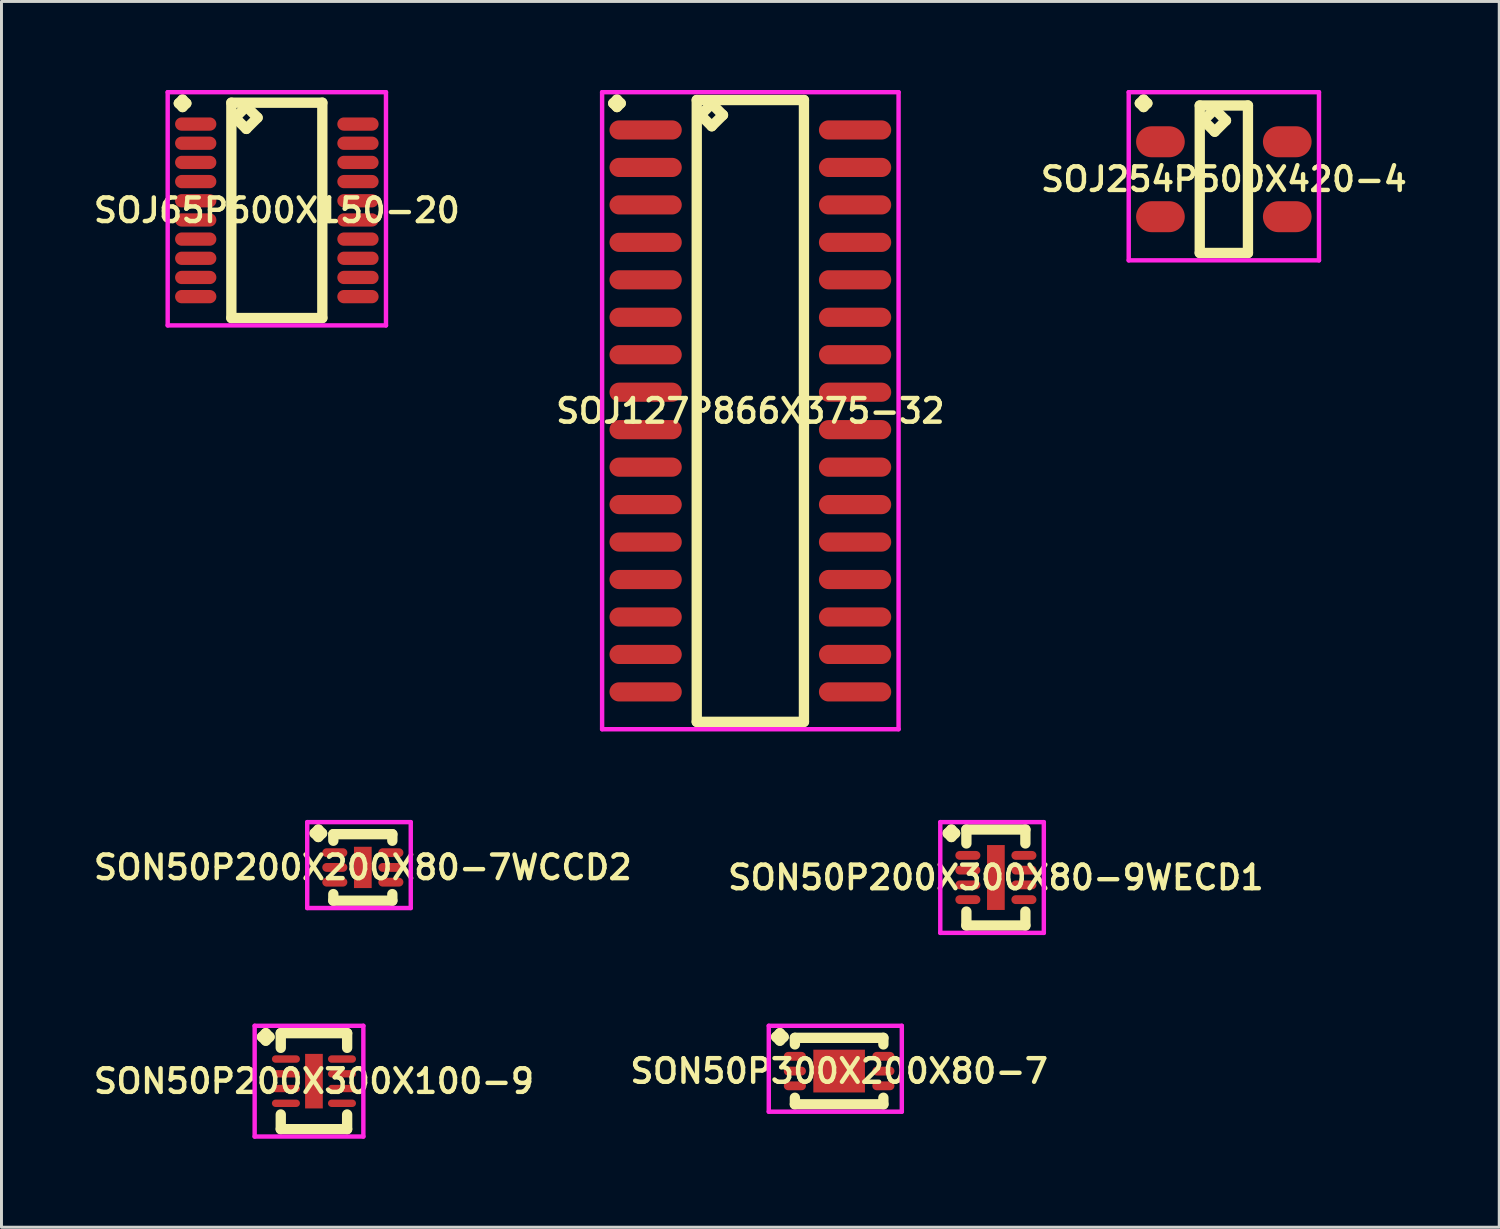
<source format=kicad_pcb>
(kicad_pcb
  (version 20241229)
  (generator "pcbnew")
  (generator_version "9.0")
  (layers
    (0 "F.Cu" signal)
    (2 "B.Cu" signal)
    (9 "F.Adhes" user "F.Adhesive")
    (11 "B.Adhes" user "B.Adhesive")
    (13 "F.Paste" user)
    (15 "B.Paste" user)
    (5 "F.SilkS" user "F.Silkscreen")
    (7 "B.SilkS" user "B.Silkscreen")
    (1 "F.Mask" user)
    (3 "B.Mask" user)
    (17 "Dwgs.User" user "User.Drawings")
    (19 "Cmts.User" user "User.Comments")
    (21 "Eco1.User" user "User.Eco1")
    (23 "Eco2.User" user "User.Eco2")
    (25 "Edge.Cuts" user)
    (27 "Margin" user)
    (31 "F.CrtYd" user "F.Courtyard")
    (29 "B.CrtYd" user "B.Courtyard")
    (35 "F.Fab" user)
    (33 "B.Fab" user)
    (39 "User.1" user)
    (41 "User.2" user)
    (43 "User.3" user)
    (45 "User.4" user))
  (footprint "SON50P200X300X80-9WECD1"
    (layer "F.Cu")
    (at 30.711 26.698)
    (property "Reference" "SON50P200X300X80-9WECD1" (at 0 0 0) (layer "F.SilkS") (effects (font (size 0.8 0.8) (thickness 0.15))))
    (attr smd)
    (fp_line (start -1.635 -1.5) (end -1.508 -1.627) (stroke (width 0.35) (type solid)) (layer "F.SilkS"))
    (fp_line (start -1.508 -1.627) (end -1.381 -1.5) (stroke (width 0.35) (type solid)) (layer "F.SilkS"))
    (fp_line (start -1.508 -1.373) (end -1.635 -1.5) (stroke (width 0.35) (type solid)) (layer "F.SilkS"))
    (fp_line (start -1.381 -1.5) (end -1.508 -1.373) (stroke (width 0.35) (type solid)) (layer "F.SilkS"))
    (fp_line (start -1 -1.627) (end 1 -1.627) (stroke (width 0.35) (type solid)) (layer "F.SilkS"))
    (fp_line (start -1 -1.154) (end -1 -1.627) (stroke (width 0.35) (type solid)) (layer "F.SilkS"))
    (fp_line (start -1 1.154) (end -1 1.627) (stroke (width 0.35) (type solid)) (layer "F.SilkS"))
    (fp_line (start -1 1.627) (end 1 1.627) (stroke (width 0.35) (type solid)) (layer "F.SilkS"))
    (fp_line (start 1 -1.627) (end 1 -1.154) (stroke (width 0.35) (type solid)) (layer "F.SilkS"))
    (fp_line (start 1 1.627) (end 1 1.154) (stroke (width 0.35) (type solid)) (layer "F.SilkS"))
    (fp_line (start -1.885 -1.877) (end 1.625 -1.877) (stroke (width 0.15) (type solid)) (layer "F.CrtYd"))
    (fp_line (start -1.885 1.877) (end -1.885 -1.877) (stroke (width 0.15) (type solid)) (layer "F.CrtYd"))
    (fp_line (start 1.625 -1.877) (end 1.625 1.877) (stroke (width 0.15) (type solid)) (layer "F.CrtYd"))
    (fp_line (start 1.625 1.877) (end -1.885 1.877) (stroke (width 0.15) (type solid)) (layer "F.CrtYd"))
    (pad "1" smd oval (at -0.95 -0.75) (size 0.85 0.3) (layers "F.Cu" "F.Mask" "F.Paste"))
    (pad "2" smd oval (at -0.95 -0.25) (size 0.85 0.3) (layers "F.Cu" "F.Mask" "F.Paste"))
    (pad "3" smd oval (at -0.95 0.25) (size 0.85 0.3) (layers "F.Cu" "F.Mask" "F.Paste"))
    (pad "4" smd oval (at -0.95 0.75) (size 0.85 0.3) (layers "F.Cu" "F.Mask" "F.Paste"))
    (pad "5" smd oval (at 0.95 0.75) (size 0.85 0.3) (layers "F.Cu" "F.Mask" "F.Paste"))
    (pad "6" smd oval (at 0.95 0.25) (size 0.85 0.3) (layers "F.Cu" "F.Mask" "F.Paste"))
    (pad "7" smd oval (at 0.95 -0.25) (size 0.85 0.3) (layers "F.Cu" "F.Mask" "F.Paste"))
    (pad "8" smd oval (at 0.95 -0.75) (size 0.85 0.3) (layers "F.Cu" "F.Mask" "F.Paste"))
    (pad "9" smd rect (at 0 0) (size 0.6 2.2) (layers "F.Cu" "F.Mask" "F.Paste")))
  (footprint "SON50P300X200X80-7"
    (layer "F.Cu")
    (at 25.397 33.26)
    (property "Reference" "SON50P300X200X80-7" (at 0 0 0) (layer "F.SilkS") (effects (font (size 0.8 0.8) (thickness 0.15))))
    (attr smd)
    (fp_line (start -2.135 -1.158) (end -2.008 -1.285) (stroke (width 0.35) (type solid)) (layer "F.SilkS"))
    (fp_line (start -2.008 -1.285) (end -1.881 -1.158) (stroke (width 0.35) (type solid)) (layer "F.SilkS"))
    (fp_line (start -2.008 -1.031) (end -2.135 -1.158) (stroke (width 0.35) (type solid)) (layer "F.SilkS"))
    (fp_line (start -1.881 -1.158) (end -2.008 -1.031) (stroke (width 0.35) (type solid)) (layer "F.SilkS"))
    (fp_line (start -1.5 -1.127) (end 1.5 -1.127) (stroke (width 0.35) (type solid)) (layer "F.SilkS"))
    (fp_line (start -1.5 -0.904) (end -1.5 -1.127) (stroke (width 0.35) (type solid)) (layer "F.SilkS"))
    (fp_line (start -1.5 0.904) (end -1.5 1.127) (stroke (width 0.35) (type solid)) (layer "F.SilkS"))
    (fp_line (start -1.5 1.127) (end 1.5 1.127) (stroke (width 0.35) (type solid)) (layer "F.SilkS"))
    (fp_line (start 1.5 -1.127) (end 1.5 -0.904) (stroke (width 0.35) (type solid)) (layer "F.SilkS"))
    (fp_line (start 1.5 1.127) (end 1.5 0.904) (stroke (width 0.35) (type solid)) (layer "F.SilkS"))
    (fp_line (start -2.385 -1.535) (end 2.125 -1.535) (stroke (width 0.15) (type solid)) (layer "F.CrtYd"))
    (fp_line (start -2.385 1.377) (end -2.385 -1.535) (stroke (width 0.15) (type solid)) (layer "F.CrtYd"))
    (fp_line (start 2.125 -1.535) (end 2.125 1.377) (stroke (width 0.15) (type solid)) (layer "F.CrtYd"))
    (fp_line (start 2.125 1.377) (end -2.385 1.377) (stroke (width 0.15) (type solid)) (layer "F.CrtYd"))
    (pad "1" smd oval (at -1.5 -0.5) (size 0.75 0.3) (layers "F.Cu" "F.Mask" "F.Paste"))
    (pad "2" smd oval (at -1.5 0) (size 0.75 0.3) (layers "F.Cu" "F.Mask" "F.Paste"))
    (pad "3" smd oval (at -1.5 0.5) (size 0.75 0.3) (layers "F.Cu" "F.Mask" "F.Paste"))
    (pad "4" smd oval (at 1.5 0.5) (size 0.75 0.3) (layers "F.Cu" "F.Mask" "F.Paste"))
    (pad "5" smd oval (at 1.5 0) (size 0.75 0.3) (layers "F.Cu" "F.Mask" "F.Paste"))
    (pad "6" smd oval (at 1.5 -0.5) (size 0.75 0.3) (layers "F.Cu" "F.Mask" "F.Paste"))
    (pad "7" smd rect (at 0 0) (size 1.75 1.45) (layers "F.Cu" "F.Mask" "F.Paste")))
  (footprint "SOJ65P600X150-20"
    (layer "F.Cu")
    (at 6.335 4.081)
    (property "Reference" "SOJ65P600X150-20" (at 0 0 0) (layer "F.SilkS") (effects (font (size 0.8 0.8) (thickness 0.15))))
    (attr smd)
    (fp_line (start -3.323 -3.629) (end -3.196 -3.756) (stroke (width 0.35) (type solid)) (layer "F.SilkS"))
    (fp_line (start -3.196 -3.756) (end -3.069 -3.629) (stroke (width 0.35) (type solid)) (layer "F.SilkS"))
    (fp_line (start -3.196 -3.502) (end -3.323 -3.629) (stroke (width 0.35) (type solid)) (layer "F.SilkS"))
    (fp_line (start -3.069 -3.629) (end -3.196 -3.502) (stroke (width 0.35) (type solid)) (layer "F.SilkS"))
    (fp_line (start -1.542 -3.65) (end -1.542 3.65) (stroke (width 0.35) (type solid)) (layer "F.SilkS"))
    (fp_line (start -1.542 3.65) (end 1.542 3.65) (stroke (width 0.35) (type solid)) (layer "F.SilkS"))
    (fp_line (start -1.415 -3.142) (end -1.034 -3.523) (stroke (width 0.35) (type solid)) (layer "F.SilkS"))
    (fp_line (start -1.034 -3.523) (end -0.653 -3.142) (stroke (width 0.35) (type solid)) (layer "F.SilkS"))
    (fp_line (start -1.034 -2.761) (end -1.415 -3.142) (stroke (width 0.35) (type solid)) (layer "F.SilkS"))
    (fp_line (start -0.653 -3.142) (end -1.034 -2.761) (stroke (width 0.35) (type solid)) (layer "F.SilkS"))
    (fp_line (start 1.542 -3.65) (end -1.542 -3.65) (stroke (width 0.35) (type solid)) (layer "F.SilkS"))
    (fp_line (start 1.542 3.65) (end 1.542 -3.65) (stroke (width 0.35) (type solid)) (layer "F.SilkS"))
    (fp_line (start -3.7 -4.006) (end 3.7 -4.006) (stroke (width 0.15) (type solid)) (layer "F.CrtYd"))
    (fp_line (start -3.7 3.9) (end -3.7 -4.006) (stroke (width 0.15) (type solid)) (layer "F.CrtYd"))
    (fp_line (start 3.7 -4.006) (end 3.7 3.9) (stroke (width 0.15) (type solid)) (layer "F.CrtYd"))
    (fp_line (start 3.7 3.9) (end -3.7 3.9) (stroke (width 0.15) (type solid)) (layer "F.CrtYd"))
    (pad "1" smd oval (at -2.75 -2.925) (size 1.4 0.45) (layers "F.Cu" "F.Mask" "F.Paste"))
    (pad "2" smd oval (at -2.75 -2.275) (size 1.4 0.45) (layers "F.Cu" "F.Mask" "F.Paste"))
    (pad "3" smd oval (at -2.75 -1.625) (size 1.4 0.45) (layers "F.Cu" "F.Mask" "F.Paste"))
    (pad "4" smd oval (at -2.75 -0.975) (size 1.4 0.45) (layers "F.Cu" "F.Mask" "F.Paste"))
    (pad "5" smd oval (at -2.75 -0.325) (size 1.4 0.45) (layers "F.Cu" "F.Mask" "F.Paste"))
    (pad "6" smd oval (at -2.75 0.325) (size 1.4 0.45) (layers "F.Cu" "F.Mask" "F.Paste"))
    (pad "7" smd oval (at -2.75 0.975) (size 1.4 0.45) (layers "F.Cu" "F.Mask" "F.Paste"))
    (pad "8" smd oval (at -2.75 1.625) (size 1.4 0.45) (layers "F.Cu" "F.Mask" "F.Paste"))
    (pad "9" smd oval (at -2.75 2.275) (size 1.4 0.45) (layers "F.Cu" "F.Mask" "F.Paste"))
    (pad "10" smd oval (at -2.75 2.925) (size 1.4 0.45) (layers "F.Cu" "F.Mask" "F.Paste"))
    (pad "11" smd oval (at 2.75 2.925) (size 1.4 0.45) (layers "F.Cu" "F.Mask" "F.Paste"))
    (pad "12" smd oval (at 2.75 2.275) (size 1.4 0.45) (layers "F.Cu" "F.Mask" "F.Paste"))
    (pad "13" smd oval (at 2.75 1.625) (size 1.4 0.45) (layers "F.Cu" "F.Mask" "F.Paste"))
    (pad "14" smd oval (at 2.75 0.975) (size 1.4 0.45) (layers "F.Cu" "F.Mask" "F.Paste"))
    (pad "15" smd oval (at 2.75 0.325) (size 1.4 0.45) (layers "F.Cu" "F.Mask" "F.Paste"))
    (pad "16" smd oval (at 2.75 -0.325) (size 1.4 0.45) (layers "F.Cu" "F.Mask" "F.Paste"))
    (pad "17" smd oval (at 2.75 -0.975) (size 1.4 0.45) (layers "F.Cu" "F.Mask" "F.Paste"))
    (pad "18" smd oval (at 2.75 -1.625) (size 1.4 0.45) (layers "F.Cu" "F.Mask" "F.Paste"))
    (pad "19" smd oval (at 2.75 -2.275) (size 1.4 0.45) (layers "F.Cu" "F.Mask" "F.Paste"))
    (pad "20" smd oval (at 2.75 -2.925) (size 1.4 0.45) (layers "F.Cu" "F.Mask" "F.Paste")))
  (footprint "SON50P200X300X100-9"
    (layer "F.Cu")
    (at 7.593 33.602)
    (property "Reference" "SON50P200X300X100-9" (at 0 0 0) (layer "F.SilkS") (effects (font (size 0.8 0.8) (thickness 0.15))))
    (attr smd)
    (fp_line (start -1.76 -1.5) (end -1.633 -1.627) (stroke (width 0.35) (type solid)) (layer "F.SilkS"))
    (fp_line (start -1.633 -1.627) (end -1.506 -1.5) (stroke (width 0.35) (type solid)) (layer "F.SilkS"))
    (fp_line (start -1.633 -1.373) (end -1.76 -1.5) (stroke (width 0.35) (type solid)) (layer "F.SilkS"))
    (fp_line (start -1.506 -1.5) (end -1.633 -1.373) (stroke (width 0.35) (type solid)) (layer "F.SilkS"))
    (fp_line (start -1.125 -1.627) (end 1.125 -1.627) (stroke (width 0.35) (type solid)) (layer "F.SilkS"))
    (fp_line (start -1.125 -1.129) (end -1.125 -1.627) (stroke (width 0.35) (type solid)) (layer "F.SilkS"))
    (fp_line (start -1.125 1.129) (end -1.125 1.627) (stroke (width 0.35) (type solid)) (layer "F.SilkS"))
    (fp_line (start -1.125 1.627) (end 1.125 1.627) (stroke (width 0.35) (type solid)) (layer "F.SilkS"))
    (fp_line (start 1.125 -1.627) (end 1.125 -1.129) (stroke (width 0.35) (type solid)) (layer "F.SilkS"))
    (fp_line (start 1.125 1.627) (end 1.125 1.129) (stroke (width 0.35) (type solid)) (layer "F.SilkS"))
    (fp_line (start -2.01 -1.877) (end 1.675 -1.877) (stroke (width 0.15) (type solid)) (layer "F.CrtYd"))
    (fp_line (start -2.01 1.877) (end -2.01 -1.877) (stroke (width 0.15) (type solid)) (layer "F.CrtYd"))
    (fp_line (start 1.675 -1.877) (end 1.675 1.877) (stroke (width 0.15) (type solid)) (layer "F.CrtYd"))
    (fp_line (start 1.675 1.877) (end -2.01 1.877) (stroke (width 0.15) (type solid)) (layer "F.CrtYd"))
    (pad "1" smd oval (at -0.95 -0.75) (size 0.95 0.25) (layers "F.Cu" "F.Mask" "F.Paste"))
    (pad "2" smd oval (at -0.95 -0.25) (size 0.95 0.25) (layers "F.Cu" "F.Mask" "F.Paste"))
    (pad "3" smd oval (at -0.95 0.25) (size 0.95 0.25) (layers "F.Cu" "F.Mask" "F.Paste"))
    (pad "4" smd oval (at -0.95 0.75) (size 0.95 0.25) (layers "F.Cu" "F.Mask" "F.Paste"))
    (pad "5" smd oval (at 0.95 0.75) (size 0.95 0.25) (layers "F.Cu" "F.Mask" "F.Paste"))
    (pad "6" smd oval (at 0.95 0.25) (size 0.95 0.25) (layers "F.Cu" "F.Mask" "F.Paste"))
    (pad "7" smd oval (at 0.95 -0.25) (size 0.95 0.25) (layers "F.Cu" "F.Mask" "F.Paste"))
    (pad "8" smd oval (at 0.95 -0.75) (size 0.95 0.25) (layers "F.Cu" "F.Mask" "F.Paste"))
    (pad "9" smd rect (at 0 0) (size 0.6 1.85) (layers "F.Cu" "F.Mask" "F.Paste")))
  (footprint "SON50P200X200X80-7WCCD2"
    (layer "F.Cu")
    (at 9.25 26.356)
    (property "Reference" "SON50P200X200X80-7WCCD2" (at 0 0 0) (layer "F.SilkS") (effects (font (size 0.8 0.8) (thickness 0.15))))
    (attr smd)
    (fp_line (start -1.635 -1.158) (end -1.508 -1.285) (stroke (width 0.35) (type solid)) (layer "F.SilkS"))
    (fp_line (start -1.508 -1.285) (end -1.381 -1.158) (stroke (width 0.35) (type solid)) (layer "F.SilkS"))
    (fp_line (start -1.508 -1.031) (end -1.635 -1.158) (stroke (width 0.35) (type solid)) (layer "F.SilkS"))
    (fp_line (start -1.381 -1.158) (end -1.508 -1.031) (stroke (width 0.35) (type solid)) (layer "F.SilkS"))
    (fp_line (start -1 -1.127) (end 1 -1.127) (stroke (width 0.35) (type solid)) (layer "F.SilkS"))
    (fp_line (start -1 -0.904) (end -1 -1.127) (stroke (width 0.35) (type solid)) (layer "F.SilkS"))
    (fp_line (start -1 0.904) (end -1 1.127) (stroke (width 0.35) (type solid)) (layer "F.SilkS"))
    (fp_line (start -1 1.127) (end 1 1.127) (stroke (width 0.35) (type solid)) (layer "F.SilkS"))
    (fp_line (start 1 -1.127) (end 1 -0.904) (stroke (width 0.35) (type solid)) (layer "F.SilkS"))
    (fp_line (start 1 1.127) (end 1 0.904) (stroke (width 0.35) (type solid)) (layer "F.SilkS"))
    (fp_line (start -1.885 -1.535) (end 1.625 -1.535) (stroke (width 0.15) (type solid)) (layer "F.CrtYd"))
    (fp_line (start -1.885 1.377) (end -1.885 -1.535) (stroke (width 0.15) (type solid)) (layer "F.CrtYd"))
    (fp_line (start 1.625 -1.535) (end 1.625 1.377) (stroke (width 0.15) (type solid)) (layer "F.CrtYd"))
    (fp_line (start 1.625 1.377) (end -1.885 1.377) (stroke (width 0.15) (type solid)) (layer "F.CrtYd"))
    (pad "1" smd oval (at -0.95 -0.5) (size 0.85 0.3) (layers "F.Cu" "F.Mask" "F.Paste"))
    (pad "2" smd oval (at -0.95 0) (size 0.85 0.3) (layers "F.Cu" "F.Mask" "F.Paste"))
    (pad "3" smd oval (at -0.95 0.5) (size 0.85 0.3) (layers "F.Cu" "F.Mask" "F.Paste"))
    (pad "4" smd oval (at 0.95 0.5) (size 0.85 0.3) (layers "F.Cu" "F.Mask" "F.Paste"))
    (pad "5" smd oval (at 0.95 0) (size 0.85 0.3) (layers "F.Cu" "F.Mask" "F.Paste"))
    (pad "6" smd oval (at 0.95 -0.5) (size 0.85 0.3) (layers "F.Cu" "F.Mask" "F.Paste"))
    (pad "7" smd rect (at 0 0) (size 0.6 1.4) (layers "F.Cu" "F.Mask" "F.Paste")))
  (footprint "SOJ254P500X420-4"
    (layer "F.Cu")
    (at 38.439 3.026)
    (property "Reference" "SOJ254P500X420-4" (at 0 0 0) (layer "F.SilkS") (effects (font (size 0.8 0.8) (thickness 0.15))))
    (attr smd)
    (fp_line (start -2.848 -2.574) (end -2.721 -2.701) (stroke (width 0.35) (type solid)) (layer "F.SilkS"))
    (fp_line (start -2.721 -2.701) (end -2.594 -2.574) (stroke (width 0.35) (type solid)) (layer "F.SilkS"))
    (fp_line (start -2.721 -2.447) (end -2.848 -2.574) (stroke (width 0.35) (type solid)) (layer "F.SilkS"))
    (fp_line (start -2.594 -2.574) (end -2.721 -2.447) (stroke (width 0.35) (type solid)) (layer "F.SilkS"))
    (fp_line (start -0.817 -2.5) (end -0.817 2.5) (stroke (width 0.35) (type solid)) (layer "F.SilkS"))
    (fp_line (start -0.817 2.5) (end 0.817 2.5) (stroke (width 0.35) (type solid)) (layer "F.SilkS"))
    (fp_line (start -0.69 -1.992) (end -0.309 -2.373) (stroke (width 0.35) (type solid)) (layer "F.SilkS"))
    (fp_line (start -0.309 -2.373) (end 0.072 -1.992) (stroke (width 0.35) (type solid)) (layer "F.SilkS"))
    (fp_line (start -0.309 -1.611) (end -0.69 -1.992) (stroke (width 0.35) (type solid)) (layer "F.SilkS"))
    (fp_line (start 0.072 -1.992) (end -0.309 -1.611) (stroke (width 0.35) (type solid)) (layer "F.SilkS"))
    (fp_line (start 0.817 -2.5) (end -0.817 -2.5) (stroke (width 0.35) (type solid)) (layer "F.SilkS"))
    (fp_line (start 0.817 2.5) (end 0.817 -2.5) (stroke (width 0.35) (type solid)) (layer "F.SilkS"))
    (fp_line (start -3.225 -2.951) (end 3.225 -2.951) (stroke (width 0.15) (type solid)) (layer "F.CrtYd"))
    (fp_line (start -3.225 2.75) (end -3.225 -2.951) (stroke (width 0.15) (type solid)) (layer "F.CrtYd"))
    (fp_line (start 3.225 -2.951) (end 3.225 2.75) (stroke (width 0.15) (type solid)) (layer "F.CrtYd"))
    (fp_line (start 3.225 2.75) (end -3.225 2.75) (stroke (width 0.15) (type solid)) (layer "F.CrtYd"))
    (pad "1" smd oval (at -2.15 -1.27) (size 1.65 1.05) (layers "F.Cu" "F.Mask" "F.Paste"))
    (pad "2" smd oval (at -2.15 1.27) (size 1.65 1.05) (layers "F.Cu" "F.Mask" "F.Paste"))
    (pad "3" smd oval (at 2.15 1.27) (size 1.65 1.05) (layers "F.Cu" "F.Mask" "F.Paste"))
    (pad "4" smd oval (at 2.15 -1.27) (size 1.65 1.05) (layers "F.Cu" "F.Mask" "F.Paste")))
  (footprint "SOJ127P866X375-32"
    (layer "F.Cu")
    (at 22.387 10.881)
    (property "Reference" "SOJ127P866X375-32" (at 0 0 0) (layer "F.SilkS") (effects (font (size 0.8 0.8) (thickness 0.15))))
    (attr smd)
    (fp_line (start -4.648 -10.429) (end -4.521 -10.556) (stroke (width 0.35) (type solid)) (layer "F.SilkS"))
    (fp_line (start -4.521 -10.556) (end -4.394 -10.429) (stroke (width 0.35) (type solid)) (layer "F.SilkS"))
    (fp_line (start -4.521 -10.302) (end -4.648 -10.429) (stroke (width 0.35) (type solid)) (layer "F.SilkS"))
    (fp_line (start -4.394 -10.429) (end -4.521 -10.302) (stroke (width 0.35) (type solid)) (layer "F.SilkS"))
    (fp_line (start -1.817 -10.54) (end -1.817 10.54) (stroke (width 0.35) (type solid)) (layer "F.SilkS"))
    (fp_line (start -1.817 10.54) (end 1.817 10.54) (stroke (width 0.35) (type solid)) (layer "F.SilkS"))
    (fp_line (start -1.69 -10.032) (end -1.309 -10.413) (stroke (width 0.35) (type solid)) (layer "F.SilkS"))
    (fp_line (start -1.309 -10.413) (end -0.928 -10.032) (stroke (width 0.35) (type solid)) (layer "F.SilkS"))
    (fp_line (start -1.309 -9.651) (end -1.69 -10.032) (stroke (width 0.35) (type solid)) (layer "F.SilkS"))
    (fp_line (start -0.928 -10.032) (end -1.309 -9.651) (stroke (width 0.35) (type solid)) (layer "F.SilkS"))
    (fp_line (start 1.817 -10.54) (end -1.817 -10.54) (stroke (width 0.35) (type solid)) (layer "F.SilkS"))
    (fp_line (start 1.817 10.54) (end 1.817 -10.54) (stroke (width 0.35) (type solid)) (layer "F.SilkS"))
    (fp_line (start -5.025 -10.806) (end 5.025 -10.806) (stroke (width 0.15) (type solid)) (layer "F.CrtYd"))
    (fp_line (start -5.025 10.79) (end -5.025 -10.806) (stroke (width 0.15) (type solid)) (layer "F.CrtYd"))
    (fp_line (start 5.025 -10.806) (end 5.025 10.79) (stroke (width 0.15) (type solid)) (layer "F.CrtYd"))
    (fp_line (start 5.025 10.79) (end -5.025 10.79) (stroke (width 0.15) (type solid)) (layer "F.CrtYd"))
    (pad "1" smd oval (at -3.55 -9.525) (size 2.45 0.65) (layers "F.Cu" "F.Mask" "F.Paste"))
    (pad "2" smd oval (at -3.55 -8.255) (size 2.45 0.65) (layers "F.Cu" "F.Mask" "F.Paste"))
    (pad "3" smd oval (at -3.55 -6.985) (size 2.45 0.65) (layers "F.Cu" "F.Mask" "F.Paste"))
    (pad "4" smd oval (at -3.55 -5.715) (size 2.45 0.65) (layers "F.Cu" "F.Mask" "F.Paste"))
    (pad "5" smd oval (at -3.55 -4.445) (size 2.45 0.65) (layers "F.Cu" "F.Mask" "F.Paste"))
    (pad "6" smd oval (at -3.55 -3.175) (size 2.45 0.65) (layers "F.Cu" "F.Mask" "F.Paste"))
    (pad "7" smd oval (at -3.55 -1.905) (size 2.45 0.65) (layers "F.Cu" "F.Mask" "F.Paste"))
    (pad "8" smd oval (at -3.55 -0.635) (size 2.45 0.65) (layers "F.Cu" "F.Mask" "F.Paste"))
    (pad "9" smd oval (at -3.55 0.635) (size 2.45 0.65) (layers "F.Cu" "F.Mask" "F.Paste"))
    (pad "10" smd oval (at -3.55 1.905) (size 2.45 0.65) (layers "F.Cu" "F.Mask" "F.Paste"))
    (pad "11" smd oval (at -3.55 3.175) (size 2.45 0.65) (layers "F.Cu" "F.Mask" "F.Paste"))
    (pad "12" smd oval (at -3.55 4.445) (size 2.45 0.65) (layers "F.Cu" "F.Mask" "F.Paste"))
    (pad "13" smd oval (at -3.55 5.715) (size 2.45 0.65) (layers "F.Cu" "F.Mask" "F.Paste"))
    (pad "14" smd oval (at -3.55 6.985) (size 2.45 0.65) (layers "F.Cu" "F.Mask" "F.Paste"))
    (pad "15" smd oval (at -3.55 8.255) (size 2.45 0.65) (layers "F.Cu" "F.Mask" "F.Paste"))
    (pad "16" smd oval (at -3.55 9.525) (size 2.45 0.65) (layers "F.Cu" "F.Mask" "F.Paste"))
    (pad "17" smd oval (at 3.55 9.525) (size 2.45 0.65) (layers "F.Cu" "F.Mask" "F.Paste"))
    (pad "18" smd oval (at 3.55 8.255) (size 2.45 0.65) (layers "F.Cu" "F.Mask" "F.Paste"))
    (pad "19" smd oval (at 3.55 6.985) (size 2.45 0.65) (layers "F.Cu" "F.Mask" "F.Paste"))
    (pad "20" smd oval (at 3.55 5.715) (size 2.45 0.65) (layers "F.Cu" "F.Mask" "F.Paste"))
    (pad "21" smd oval (at 3.55 4.445) (size 2.45 0.65) (layers "F.Cu" "F.Mask" "F.Paste"))
    (pad "22" smd oval (at 3.55 3.175) (size 2.45 0.65) (layers "F.Cu" "F.Mask" "F.Paste"))
    (pad "23" smd oval (at 3.55 1.905) (size 2.45 0.65) (layers "F.Cu" "F.Mask" "F.Paste"))
    (pad "24" smd oval (at 3.55 0.635) (size 2.45 0.65) (layers "F.Cu" "F.Mask" "F.Paste"))
    (pad "25" smd oval (at 3.55 -0.635) (size 2.45 0.65) (layers "F.Cu" "F.Mask" "F.Paste"))
    (pad "26" smd oval (at 3.55 -1.905) (size 2.45 0.65) (layers "F.Cu" "F.Mask" "F.Paste"))
    (pad "27" smd oval (at 3.55 -3.175) (size 2.45 0.65) (layers "F.Cu" "F.Mask" "F.Paste"))
    (pad "28" smd oval (at 3.55 -4.445) (size 2.45 0.65) (layers "F.Cu" "F.Mask" "F.Paste"))
    (pad "29" smd oval (at 3.55 -5.715) (size 2.45 0.65) (layers "F.Cu" "F.Mask" "F.Paste"))
    (pad "30" smd oval (at 3.55 -6.985) (size 2.45 0.65) (layers "F.Cu" "F.Mask" "F.Paste"))
    (pad "31" smd oval (at 3.55 -8.255) (size 2.45 0.65) (layers "F.Cu" "F.Mask" "F.Paste"))
    (pad "32" smd oval (at 3.55 -9.525) (size 2.45 0.65) (layers "F.Cu" "F.Mask" "F.Paste")))
  (gr_rect
    (start -3 -3)
    (end 47.775 38.554)
    (stroke (width 0.1) (type default))
    (fill no)
    (layer "Edge.Cuts")))
</source>
